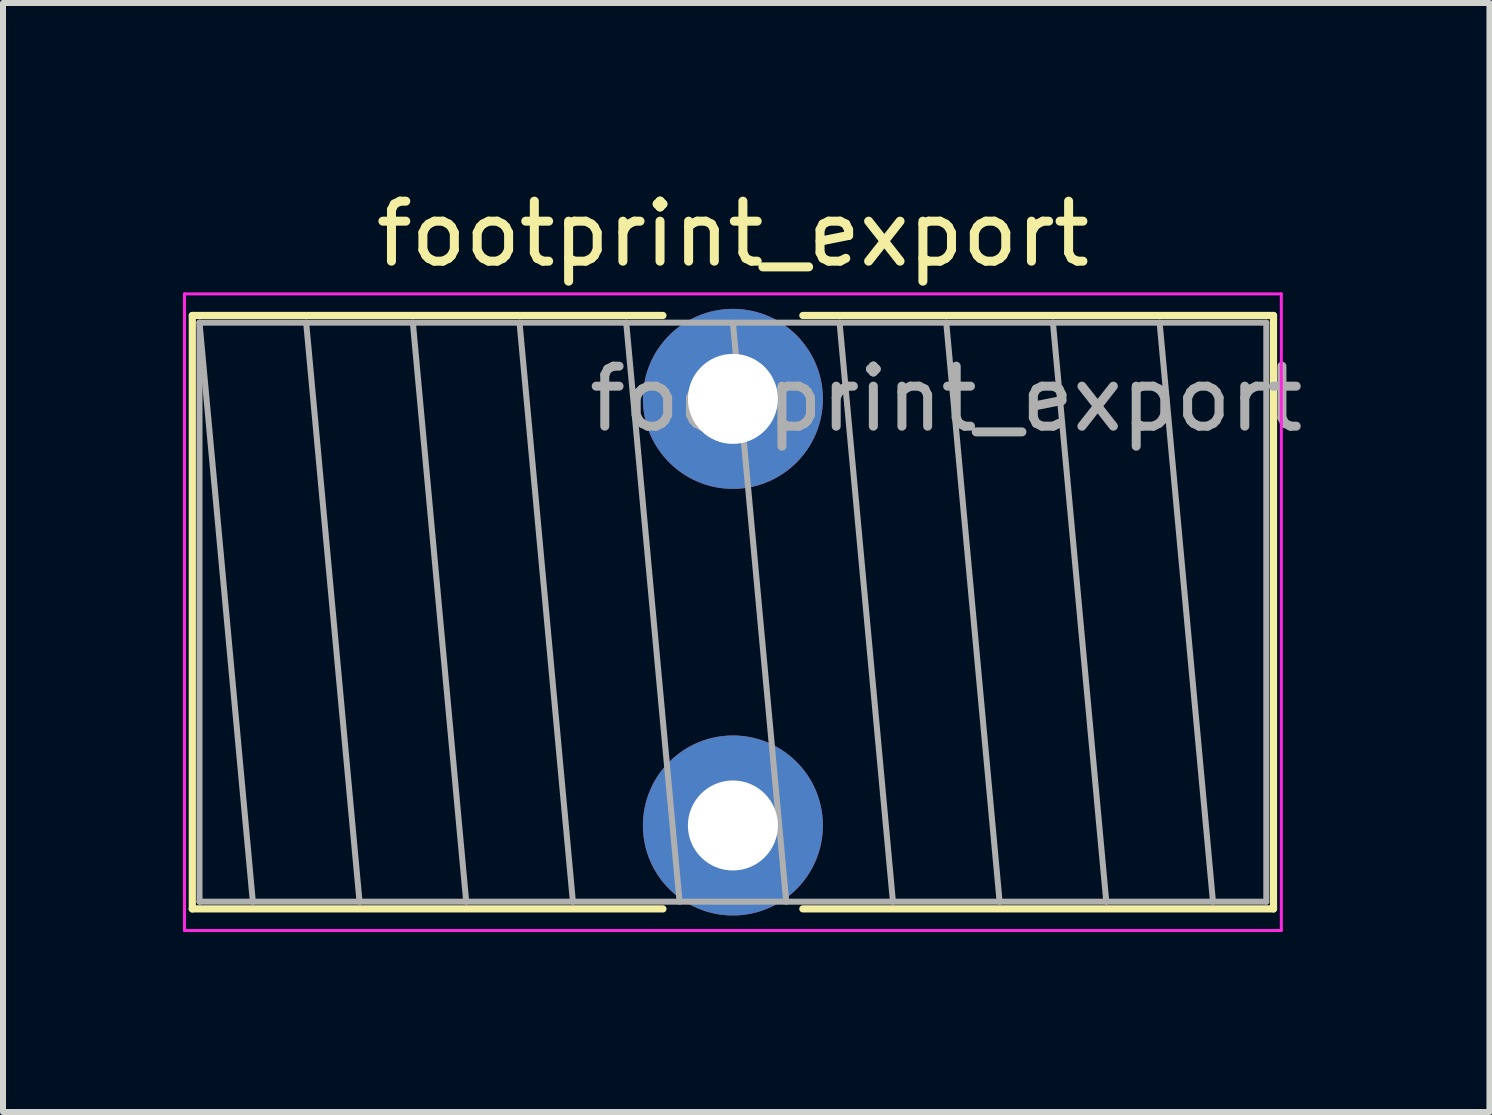
<source format=kicad_pcb>
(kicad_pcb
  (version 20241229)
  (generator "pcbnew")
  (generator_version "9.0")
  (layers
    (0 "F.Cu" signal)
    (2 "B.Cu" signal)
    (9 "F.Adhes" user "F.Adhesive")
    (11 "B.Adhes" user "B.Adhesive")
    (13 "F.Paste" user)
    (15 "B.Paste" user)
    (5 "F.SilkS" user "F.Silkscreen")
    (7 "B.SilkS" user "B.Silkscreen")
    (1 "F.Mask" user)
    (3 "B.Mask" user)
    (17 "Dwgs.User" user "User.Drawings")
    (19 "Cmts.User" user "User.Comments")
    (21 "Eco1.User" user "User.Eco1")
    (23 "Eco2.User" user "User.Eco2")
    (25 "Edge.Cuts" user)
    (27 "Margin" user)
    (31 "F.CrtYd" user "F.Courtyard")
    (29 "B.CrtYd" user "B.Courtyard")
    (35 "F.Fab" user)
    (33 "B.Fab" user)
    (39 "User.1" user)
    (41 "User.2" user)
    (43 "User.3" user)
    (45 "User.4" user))
  (footprint "footprint_export"
    (layer "F.Cu")
    (at 9.165 3.598)
    (property "Reference" "footprint_export" (at 0 -2.75 0) (layer "F.SilkS") (effects (font (size 1 1) (thickness 0.15))))
    (attr through_hole)
    (fp_line (start -9.01 -1.39) (end -9.01 8.5) (stroke (width 0.12) (type solid)) (layer "F.SilkS"))
    (fp_line (start -9.01 -1.39) (end -1.166 -1.39) (stroke (width 0.12) (type solid)) (layer "F.SilkS"))
    (fp_line (start -9.01 8.5) (end -1.166 8.5) (stroke (width 0.12) (type solid)) (layer "F.SilkS"))
    (fp_line (start 1.166 -1.39) (end 9.01 -1.39) (stroke (width 0.12) (type solid)) (layer "F.SilkS"))
    (fp_line (start 1.166 8.5) (end 9.01 8.5) (stroke (width 0.12) (type solid)) (layer "F.SilkS"))
    (fp_line (start 9.01 -1.39) (end 9.01 8.5) (stroke (width 0.12) (type solid)) (layer "F.SilkS"))
    (fp_line (start -9.14 -1.75) (end -9.14 8.86) (stroke (width 0.05) (type solid)) (layer "F.CrtYd"))
    (fp_line (start -9.14 8.86) (end 9.14 8.86) (stroke (width 0.05) (type solid)) (layer "F.CrtYd"))
    (fp_line (start 9.14 -1.75) (end -9.14 -1.75) (stroke (width 0.05) (type solid)) (layer "F.CrtYd"))
    (fp_line (start 9.14 8.86) (end 9.14 -1.75) (stroke (width 0.05) (type solid)) (layer "F.CrtYd"))
    (fp_line (start -8.89 -1.27) (end -8.89 8.38) (stroke (width 0.1) (type solid)) (layer "F.Fab"))
    (fp_line (start -8.89 -1.27) (end -8.001 8.38) (stroke (width 0.1) (type solid)) (layer "F.Fab"))
    (fp_line (start -8.89 8.38) (end 8.89 8.38) (stroke (width 0.1) (type solid)) (layer "F.Fab"))
    (fp_line (start -7.112 -1.27) (end -6.223 8.38) (stroke (width 0.1) (type solid)) (layer "F.Fab"))
    (fp_line (start -5.334 -1.27) (end -4.445 8.38) (stroke (width 0.1) (type solid)) (layer "F.Fab"))
    (fp_line (start -3.556 -1.27) (end -2.667 8.38) (stroke (width 0.1) (type solid)) (layer "F.Fab"))
    (fp_line (start -1.778 -1.27) (end -0.889 8.38) (stroke (width 0.1) (type solid)) (layer "F.Fab"))
    (fp_line (start 0 -1.27) (end 0.889 8.38) (stroke (width 0.1) (type solid)) (layer "F.Fab"))
    (fp_line (start 1.778 -1.27) (end 2.667 8.38) (stroke (width 0.1) (type solid)) (layer "F.Fab"))
    (fp_line (start 3.556 -1.27) (end 4.445 8.38) (stroke (width 0.1) (type solid)) (layer "F.Fab"))
    (fp_line (start 5.334 -1.27) (end 6.223 8.38) (stroke (width 0.1) (type solid)) (layer "F.Fab"))
    (fp_line (start 7.112 -1.27) (end 8.001 8.38) (stroke (width 0.1) (type solid)) (layer "F.Fab"))
    (fp_line (start 8.89 -1.27) (end -8.89 -1.27) (stroke (width 0.1) (type solid)) (layer "F.Fab"))
    (fp_line (start 8.89 8.38) (end 8.89 -1.27) (stroke (width 0.1) (type solid)) (layer "F.Fab"))
    (fp_text user "${REFERENCE}" (at 3.555 0 0) (layer "F.Fab") (effects (font (size 1 1) (thickness 0.15))))
    (pad "1" thru_hole circle (at 0 0) (size 3 3) (drill 1.5) (layers "*.Cu" "*.Mask"))
    (pad "2" thru_hole circle (at 0 7.11) (size 3 3) (drill 1.5) (layers "*.Cu" "*.Mask")))
  (gr_rect
    (start -3 -3)
    (end 21.774 15.483)
    (stroke (width 0.1) (type default))
    (fill no)
    (layer "Edge.Cuts")))
</source>
